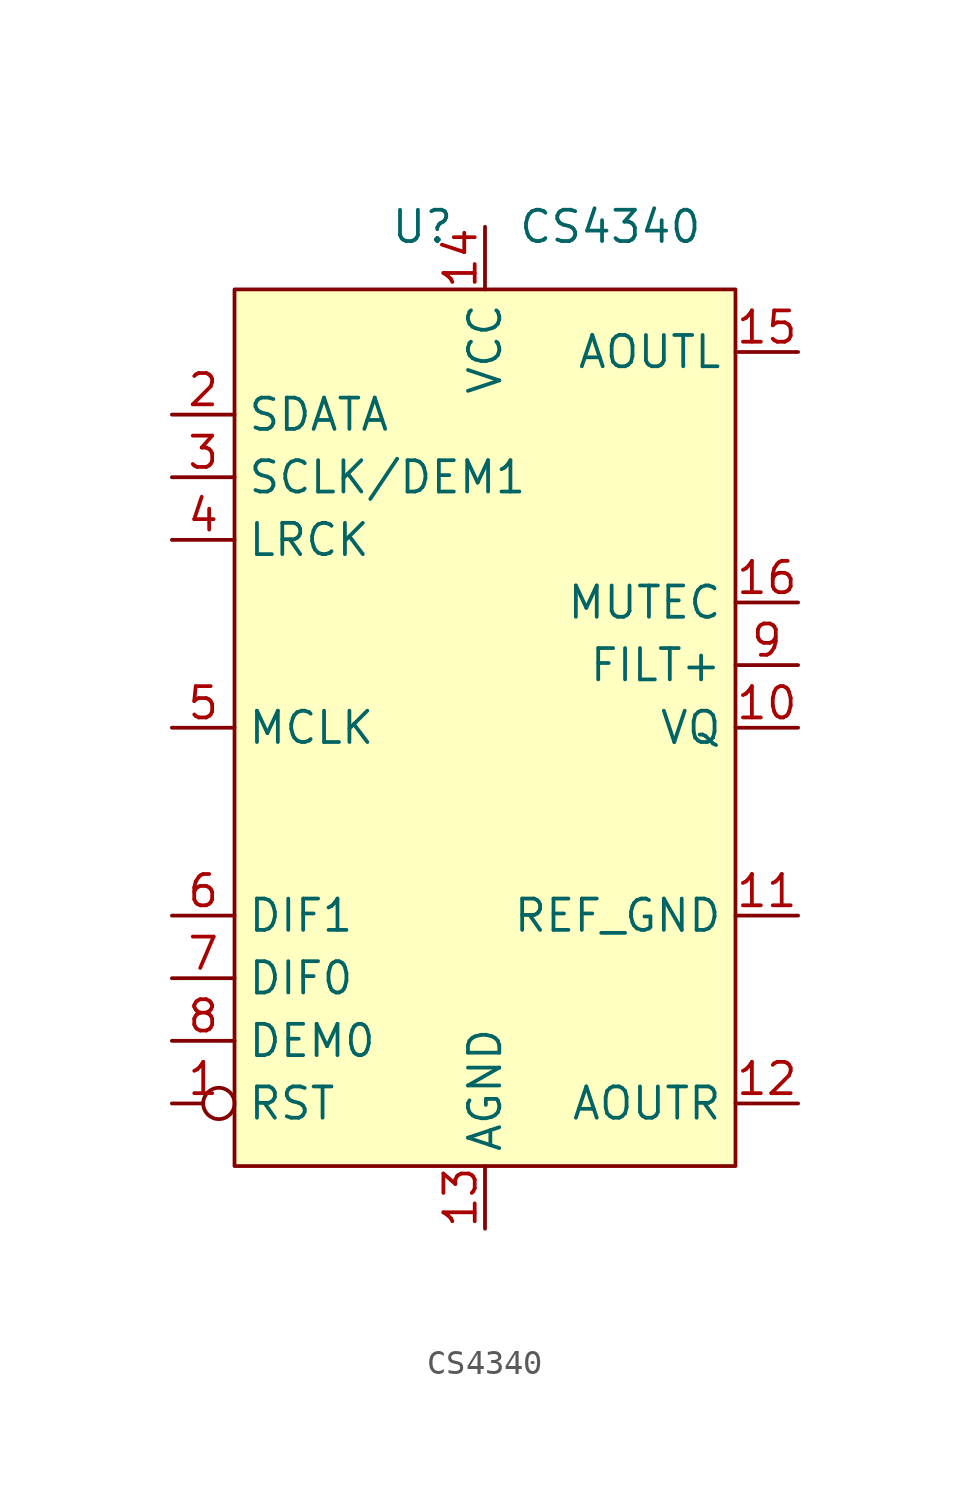
<source format=kicad_sym>
(kicad_symbol_lib
  (version 20211014)
  (generator kicad_symbol_editor)
  (symbol "CS4340"
    (property "Reference" "U"
      (at -2.54 20.32 0)
      (effects (font (size 1.27 1.27))))
    (property "Value" "CS4340"
      (at 5.08 20.32 0)
      (effects (font (size 1.27 1.27))))
    (symbol "CS4340_0_1"
      (rectangle (start -10.16 17.78) (end 10.16 -17.78) (stroke (width 0) (type default) (color 0 0 0 0)) (fill (type background))))
    (symbol "CS4340_1_1"
      (pin input inverted (at -12.7 -15.24 0) (length 2.54) (name "RST" (effects (font (size 1.27 1.27)))) (number "1" (effects (font (size 1.27 1.27)))))
      (pin input line (at 12.7 0 180) (length 2.54) (name "VQ" (effects (font (size 1.27 1.27)))) (number "10" (effects (font (size 1.27 1.27)))))
      (pin input line (at 12.7 -7.62 180) (length 2.54) (name "REF_GND" (effects (font (size 1.27 1.27)))) (number "11" (effects (font (size 1.27 1.27)))))
      (pin input line (at 12.7 -15.24 180) (length 2.54) (name "AOUTR" (effects (font (size 1.27 1.27)))) (number "12" (effects (font (size 1.27 1.27)))))
      (pin input line (at 0 -20.32 90) (length 2.54) (name "AGND" (effects (font (size 1.27 1.27)))) (number "13" (effects (font (size 1.27 1.27)))))
      (pin input line (at 0 20.32 270) (length 2.54) (name "VCC" (effects (font (size 1.27 1.27)))) (number "14" (effects (font (size 1.27 1.27)))))
      (pin input line (at 12.7 15.24 180) (length 2.54) (name "AOUTL" (effects (font (size 1.27 1.27)))) (number "15" (effects (font (size 1.27 1.27)))))
      (pin input line (at 12.7 5.08 180) (length 2.54) (name "MUTEC" (effects (font (size 1.27 1.27)))) (number "16" (effects (font (size 1.27 1.27)))))
      (pin input line (at -12.7 12.7 0) (length 2.54) (name "SDATA" (effects (font (size 1.27 1.27)))) (number "2" (effects (font (size 1.27 1.27)))))
      (pin input line (at -12.7 10.16 0) (length 2.54) (name "SCLK/DEM1" (effects (font (size 1.27 1.27)))) (number "3" (effects (font (size 1.27 1.27)))))
      (pin input line (at -12.7 7.62 0) (length 2.54) (name "LRCK" (effects (font (size 1.27 1.27)))) (number "4" (effects (font (size 1.27 1.27)))))
      (pin input line (at -12.7 0 0) (length 2.54) (name "MCLK" (effects (font (size 1.27 1.27)))) (number "5" (effects (font (size 1.27 1.27)))))
      (pin input line (at -12.7 -7.62 0) (length 2.54) (name "DIF1" (effects (font (size 1.27 1.27)))) (number "6" (effects (font (size 1.27 1.27)))))
      (pin input line (at -12.7 -10.16 0) (length 2.54) (name "DIF0" (effects (font (size 1.27 1.27)))) (number "7" (effects (font (size 1.27 1.27)))))
      (pin input line (at -12.7 -12.7 0) (length 2.54) (name "DEM0" (effects (font (size 1.27 1.27)))) (number "8" (effects (font (size 1.27 1.27)))))
      (pin input line (at 12.7 2.54 180) (length 2.54) (name "FILT+" (effects (font (size 1.27 1.27)))) (number "9" (effects (font (size 1.27 1.27))))))))
</source>
